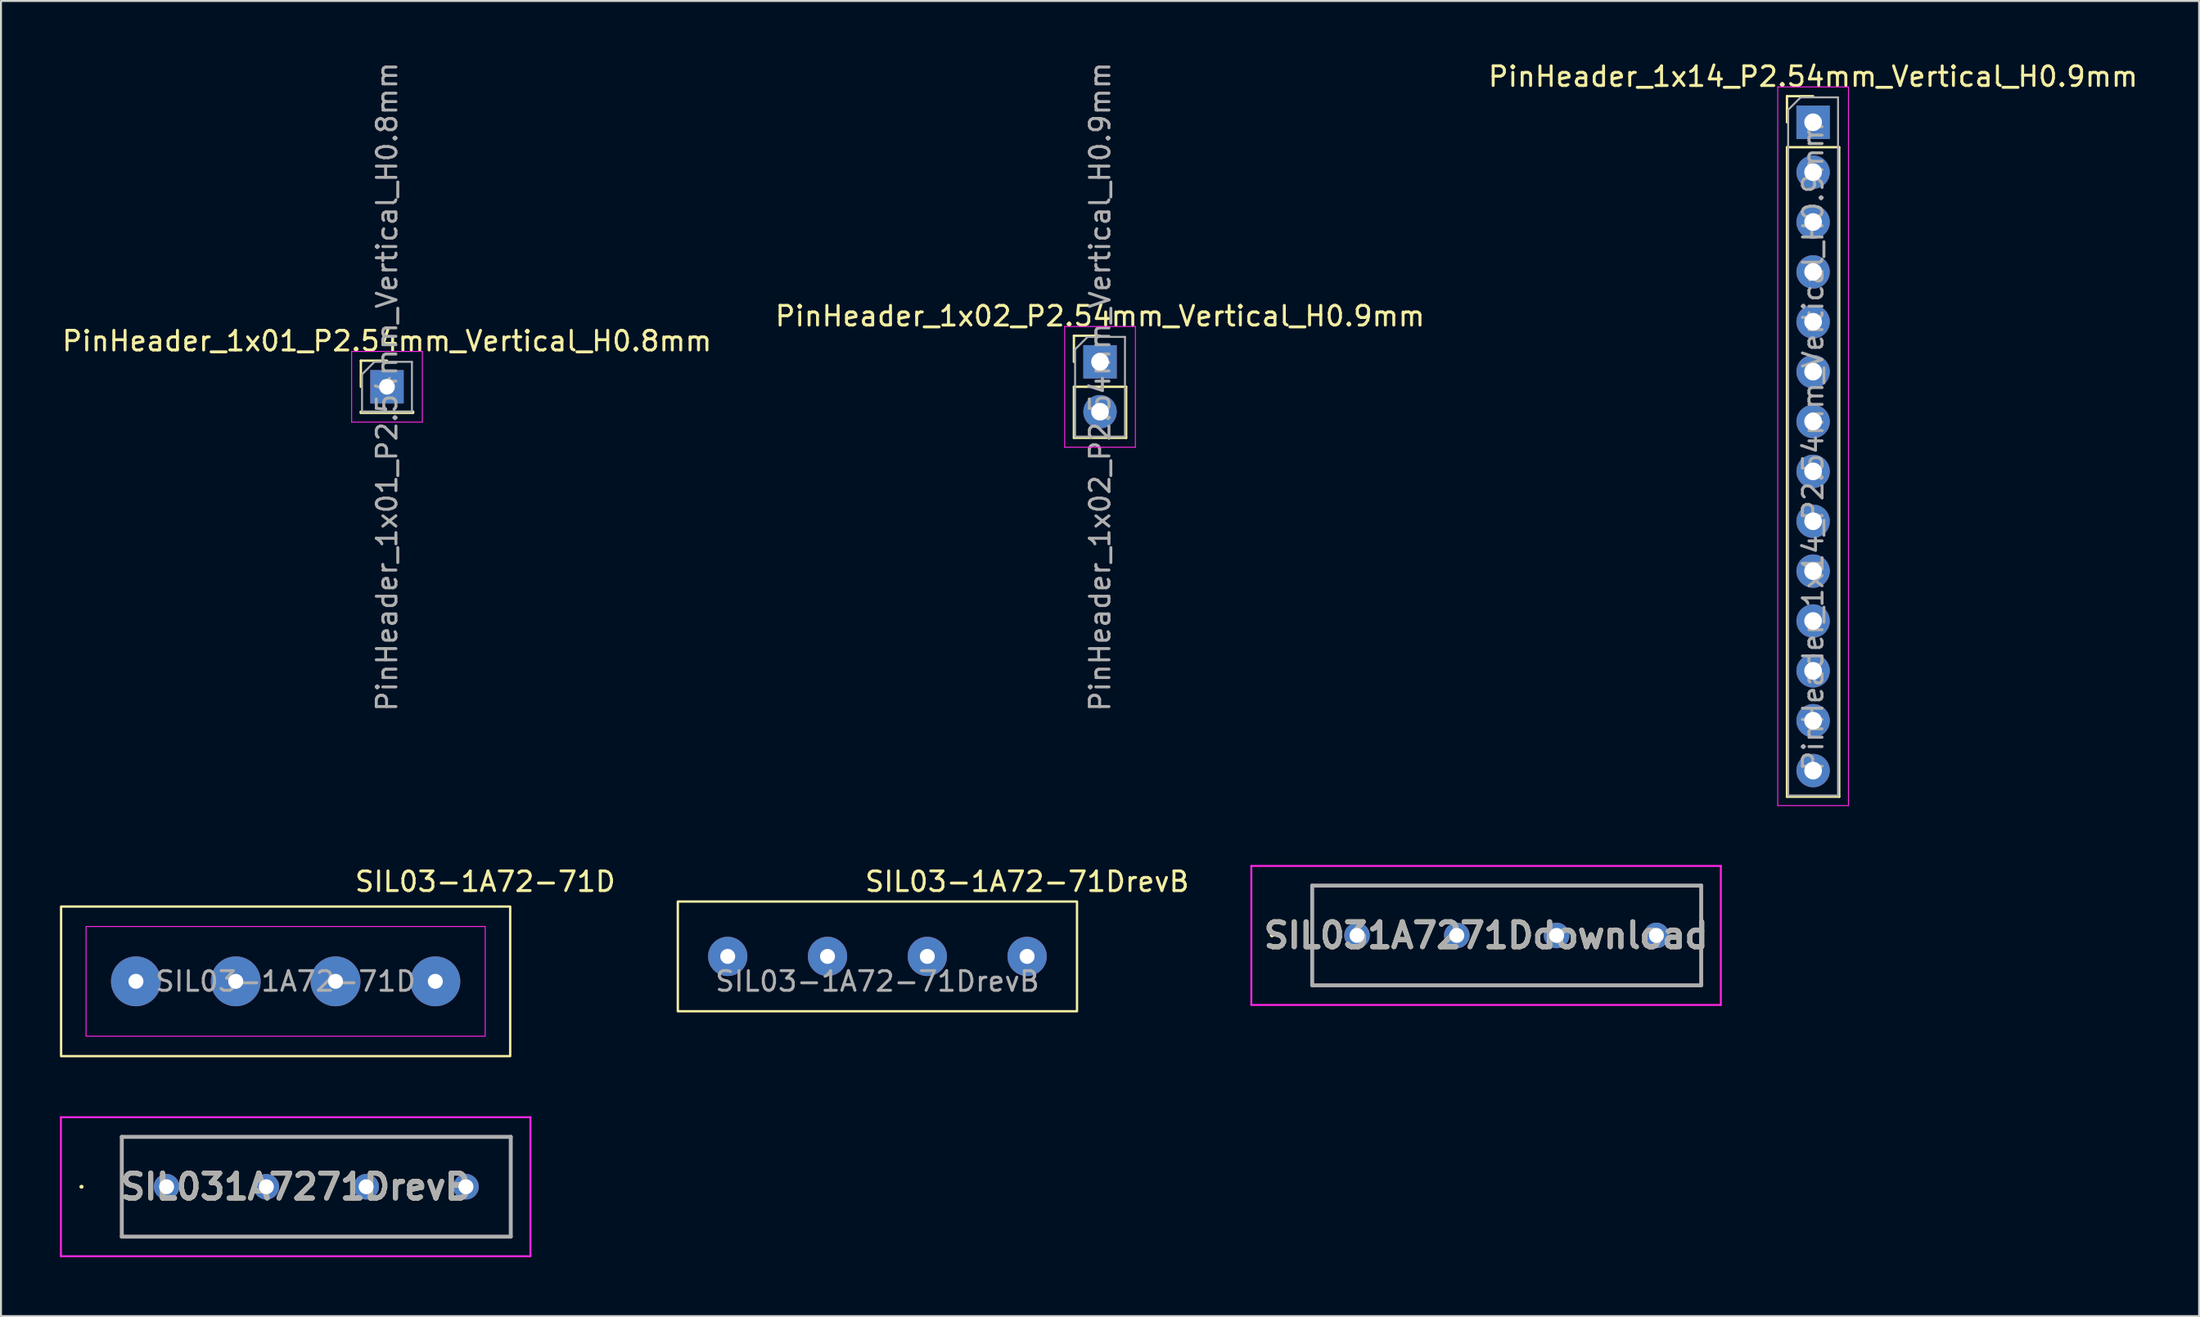
<source format=kicad_pcb>
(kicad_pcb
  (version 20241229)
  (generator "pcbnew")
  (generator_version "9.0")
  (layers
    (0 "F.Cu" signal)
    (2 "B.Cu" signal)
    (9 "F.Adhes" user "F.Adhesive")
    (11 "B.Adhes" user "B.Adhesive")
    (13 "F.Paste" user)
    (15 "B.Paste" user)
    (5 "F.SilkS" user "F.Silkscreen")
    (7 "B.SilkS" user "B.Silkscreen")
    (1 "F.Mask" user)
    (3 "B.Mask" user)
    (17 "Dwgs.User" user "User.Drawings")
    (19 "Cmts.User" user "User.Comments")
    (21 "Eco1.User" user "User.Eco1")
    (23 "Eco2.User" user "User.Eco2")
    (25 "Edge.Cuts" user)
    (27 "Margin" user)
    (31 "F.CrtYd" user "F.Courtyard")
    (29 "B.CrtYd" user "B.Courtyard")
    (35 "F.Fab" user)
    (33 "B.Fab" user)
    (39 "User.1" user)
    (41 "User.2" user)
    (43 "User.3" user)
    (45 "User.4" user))
  (footprint "PinHeader_1x01_P2.54mm_Vertical_H0.8mm"
    (layer "F.Cu")
    (at 16.649 16.649)
    (property "Reference" "PinHeader_1x01_P2.54mm_Vertical_H0.8mm" (at 0 -2.33 0) (layer "F.SilkS") (effects (font (size 1 1) (thickness 0.15))))
    (attr through_hole)
    (fp_line (start -1.33 -1.33) (end 0 -1.33) (stroke (width 0.12) (type solid)) (layer "F.SilkS"))
    (fp_line (start -1.33 0) (end -1.33 -1.33) (stroke (width 0.12) (type solid)) (layer "F.SilkS"))
    (fp_line (start -1.33 1.27) (end -1.33 1.33) (stroke (width 0.12) (type solid)) (layer "F.SilkS"))
    (fp_line (start -1.33 1.27) (end 1.33 1.27) (stroke (width 0.12) (type solid)) (layer "F.SilkS"))
    (fp_line (start -1.33 1.33) (end 1.33 1.33) (stroke (width 0.12) (type solid)) (layer "F.SilkS"))
    (fp_line (start 1.33 1.27) (end 1.33 1.33) (stroke (width 0.12) (type solid)) (layer "F.SilkS"))
    (fp_line (start -1.8 -1.8) (end -1.8 1.8) (stroke (width 0.05) (type solid)) (layer "F.CrtYd"))
    (fp_line (start -1.8 1.8) (end 1.8 1.8) (stroke (width 0.05) (type solid)) (layer "F.CrtYd"))
    (fp_line (start 1.8 -1.8) (end -1.8 -1.8) (stroke (width 0.05) (type solid)) (layer "F.CrtYd"))
    (fp_line (start 1.8 1.8) (end 1.8 -1.8) (stroke (width 0.05) (type solid)) (layer "F.CrtYd"))
    (fp_line (start -1.27 -0.635) (end -0.635 -1.27) (stroke (width 0.1) (type solid)) (layer "F.Fab"))
    (fp_line (start -1.27 1.27) (end -1.27 -0.635) (stroke (width 0.1) (type solid)) (layer "F.Fab"))
    (fp_line (start -0.635 -1.27) (end 1.27 -1.27) (stroke (width 0.1) (type solid)) (layer "F.Fab"))
    (fp_line (start 1.27 -1.27) (end 1.27 1.27) (stroke (width 0.1) (type solid)) (layer "F.Fab"))
    (fp_line (start 1.27 1.27) (end -1.27 1.27) (stroke (width 0.1) (type solid)) (layer "F.Fab"))
    (fp_text user "${REFERENCE}" (at 0 0 90) (layer "F.Fab") (effects (font (size 1 1) (thickness 0.15))))
    (pad "1" thru_hole rect (at 0 0) (size 1.7 1.7) (drill 0.8) (layers "*.Cu" "*.Mask")))
  (footprint "PinHeader_1x02_P2.54mm_Vertical_H0.9mm"
    (layer "F.Cu")
    (at 52.946 15.379)
    (property "Reference" "PinHeader_1x02_P2.54mm_Vertical_H0.9mm" (at 0 -2.33 0) (layer "F.SilkS") (effects (font (size 1 1) (thickness 0.15))))
    (attr through_hole)
    (fp_line (start -1.33 -1.33) (end 0 -1.33) (stroke (width 0.12) (type solid)) (layer "F.SilkS"))
    (fp_line (start -1.33 0) (end -1.33 -1.33) (stroke (width 0.12) (type solid)) (layer "F.SilkS"))
    (fp_line (start -1.33 1.27) (end -1.33 3.87) (stroke (width 0.12) (type solid)) (layer "F.SilkS"))
    (fp_line (start -1.33 1.27) (end 1.33 1.27) (stroke (width 0.12) (type solid)) (layer "F.SilkS"))
    (fp_line (start -1.33 3.87) (end 1.33 3.87) (stroke (width 0.12) (type solid)) (layer "F.SilkS"))
    (fp_line (start 1.33 1.27) (end 1.33 3.87) (stroke (width 0.12) (type solid)) (layer "F.SilkS"))
    (fp_line (start -1.8 -1.8) (end -1.8 4.35) (stroke (width 0.05) (type solid)) (layer "F.CrtYd"))
    (fp_line (start -1.8 4.35) (end 1.8 4.35) (stroke (width 0.05) (type solid)) (layer "F.CrtYd"))
    (fp_line (start 1.8 -1.8) (end -1.8 -1.8) (stroke (width 0.05) (type solid)) (layer "F.CrtYd"))
    (fp_line (start 1.8 4.35) (end 1.8 -1.8) (stroke (width 0.05) (type solid)) (layer "F.CrtYd"))
    (fp_line (start -1.27 -0.635) (end -0.635 -1.27) (stroke (width 0.1) (type solid)) (layer "F.Fab"))
    (fp_line (start -1.27 3.81) (end -1.27 -0.635) (stroke (width 0.1) (type solid)) (layer "F.Fab"))
    (fp_line (start -0.635 -1.27) (end 1.27 -1.27) (stroke (width 0.1) (type solid)) (layer "F.Fab"))
    (fp_line (start 1.27 -1.27) (end 1.27 3.81) (stroke (width 0.1) (type solid)) (layer "F.Fab"))
    (fp_line (start 1.27 3.81) (end -1.27 3.81) (stroke (width 0.1) (type solid)) (layer "F.Fab"))
    (fp_text user "${REFERENCE}" (at 0 1.27 90) (layer "F.Fab") (effects (font (size 1 1) (thickness 0.15))))
    (pad "1" thru_hole rect (at 0 0) (size 1.7 1.7) (drill 0.9) (layers "*.Cu" "*.Mask"))
    (pad "2" thru_hole oval (at 0 2.54) (size 1.7 1.7) (drill 0.9) (layers "*.Cu" "*.Mask")))
  (footprint "PinHeader_1x14_P2.54mm_Vertical_H0.9mm"
    (layer "F.Cu")
    (at 89.244 3.178)
    (property "Reference" "PinHeader_1x14_P2.54mm_Vertical_H0.9mm" (at 0 -2.33 0) (layer "F.SilkS") (effects (font (size 1 1) (thickness 0.15))))
    (attr through_hole)
    (fp_line (start -1.33 -1.33) (end 0 -1.33) (stroke (width 0.12) (type solid)) (layer "F.SilkS"))
    (fp_line (start -1.33 0) (end -1.33 -1.33) (stroke (width 0.12) (type solid)) (layer "F.SilkS"))
    (fp_line (start -1.33 1.27) (end -1.33 34.35) (stroke (width 0.12) (type solid)) (layer "F.SilkS"))
    (fp_line (start -1.33 1.27) (end 1.33 1.27) (stroke (width 0.12) (type solid)) (layer "F.SilkS"))
    (fp_line (start -1.33 34.35) (end 1.33 34.35) (stroke (width 0.12) (type solid)) (layer "F.SilkS"))
    (fp_line (start 1.33 1.27) (end 1.33 34.35) (stroke (width 0.12) (type solid)) (layer "F.SilkS"))
    (fp_line (start -1.8 -1.8) (end -1.8 34.8) (stroke (width 0.05) (type solid)) (layer "F.CrtYd"))
    (fp_line (start -1.8 34.8) (end 1.8 34.8) (stroke (width 0.05) (type solid)) (layer "F.CrtYd"))
    (fp_line (start 1.8 -1.8) (end -1.8 -1.8) (stroke (width 0.05) (type solid)) (layer "F.CrtYd"))
    (fp_line (start 1.8 34.8) (end 1.8 -1.8) (stroke (width 0.05) (type solid)) (layer "F.CrtYd"))
    (fp_line (start -1.27 -0.635) (end -0.635 -1.27) (stroke (width 0.1) (type solid)) (layer "F.Fab"))
    (fp_line (start -1.27 34.29) (end -1.27 -0.635) (stroke (width 0.1) (type solid)) (layer "F.Fab"))
    (fp_line (start -0.635 -1.27) (end 1.27 -1.27) (stroke (width 0.1) (type solid)) (layer "F.Fab"))
    (fp_line (start 1.27 -1.27) (end 1.27 34.29) (stroke (width 0.1) (type solid)) (layer "F.Fab"))
    (fp_line (start 1.27 34.29) (end -1.27 34.29) (stroke (width 0.1) (type solid)) (layer "F.Fab"))
    (fp_text user "${REFERENCE}" (at 0 16.51 90) (layer "F.Fab") (effects (font (size 1 1) (thickness 0.15))))
    (pad "1" thru_hole rect (at 0 0) (size 1.7 1.7) (drill 0.9) (layers "*.Cu" "*.Mask"))
    (pad "2" thru_hole oval (at 0 2.54) (size 1.7 1.7) (drill 0.9) (layers "*.Cu" "*.Mask"))
    (pad "3" thru_hole oval (at 0 5.08) (size 1.7 1.7) (drill 0.9) (layers "*.Cu" "*.Mask"))
    (pad "4" thru_hole oval (at 0 7.62) (size 1.7 1.7) (drill 0.9) (layers "*.Cu" "*.Mask"))
    (pad "5" thru_hole oval (at 0 10.16) (size 1.7 1.7) (drill 0.9) (layers "*.Cu" "*.Mask"))
    (pad "6" thru_hole oval (at 0 12.7) (size 1.7 1.7) (drill 0.9) (layers "*.Cu" "*.Mask"))
    (pad "7" thru_hole oval (at 0 15.24) (size 1.7 1.7) (drill 0.9) (layers "*.Cu" "*.Mask"))
    (pad "8" thru_hole oval (at 0 17.78) (size 1.7 1.7) (drill 0.9) (layers "*.Cu" "*.Mask"))
    (pad "9" thru_hole oval (at 0 20.32) (size 1.7 1.7) (drill 0.9) (layers "*.Cu" "*.Mask"))
    (pad "10" thru_hole oval (at 0 22.86) (size 1.7 1.7) (drill 0.9) (layers "*.Cu" "*.Mask"))
    (pad "11" thru_hole oval (at 0 25.4) (size 1.7 1.7) (drill 0.9) (layers "*.Cu" "*.Mask"))
    (pad "12" thru_hole oval (at 0 27.94) (size 1.7 1.7) (drill 0.9) (layers "*.Cu" "*.Mask"))
    (pad "13" thru_hole oval (at 0 30.48) (size 1.7 1.7) (drill 0.9) (layers "*.Cu" "*.Mask"))
    (pad "14" thru_hole oval (at 0 33.02) (size 1.7 1.7) (drill 0.9) (layers "*.Cu" "*.Mask")))
  (footprint "SIL031A7271DrevB"
    (layer "F.Cu")
    (at 5.43 57.392)
    (property "Reference" "SIL031A7271DrevB" (at 6.57 0 0) (layer "F.SilkS") (effects (font (size 1.27 1.27) (thickness 0.254))))
    (attr through_hole)
    (fp_line (start -4.38 0) (end -4.38 0) (stroke (width 0.1) (type solid)) (layer "F.SilkS"))
    (fp_line (start -4.28 0) (end -4.28 0) (stroke (width 0.1) (type solid)) (layer "F.SilkS"))
    (fp_line (start -2.28 -2.54) (end 17.52 -2.54) (stroke (width 0.1) (type solid)) (layer "F.SilkS"))
    (fp_line (start -2.28 2.54) (end -2.28 -2.54) (stroke (width 0.1) (type solid)) (layer "F.SilkS"))
    (fp_line (start 17.52 -2.54) (end 17.52 2.54) (stroke (width 0.1) (type solid)) (layer "F.SilkS"))
    (fp_line (start 17.52 2.54) (end -2.28 2.54) (stroke (width 0.1) (type solid)) (layer "F.SilkS"))
    (fp_arc (start -4.38 0) (mid -4.33 -0.05) (end -4.28 0) (stroke (width 0.1) (type solid)) (layer "F.SilkS"))
    (fp_arc (start -4.28 0) (mid -4.33 0.05) (end -4.38 0) (stroke (width 0.1) (type solid)) (layer "F.SilkS"))
    (fp_line (start -5.38 -3.54) (end 18.52 -3.54) (stroke (width 0.1) (type solid)) (layer "F.CrtYd"))
    (fp_line (start -5.38 3.54) (end -5.38 -3.54) (stroke (width 0.1) (type solid)) (layer "F.CrtYd"))
    (fp_line (start 18.52 -3.54) (end 18.52 3.54) (stroke (width 0.1) (type solid)) (layer "F.CrtYd"))
    (fp_line (start 18.52 3.54) (end -5.38 3.54) (stroke (width 0.1) (type solid)) (layer "F.CrtYd"))
    (fp_line (start -2.28 -2.54) (end 17.52 -2.54) (stroke (width 0.2) (type solid)) (layer "F.Fab"))
    (fp_line (start -2.28 2.54) (end -2.28 -2.54) (stroke (width 0.2) (type solid)) (layer "F.Fab"))
    (fp_line (start 17.52 -2.54) (end 17.52 2.54) (stroke (width 0.2) (type solid)) (layer "F.Fab"))
    (fp_line (start 17.52 2.54) (end -2.28 2.54) (stroke (width 0.2) (type solid)) (layer "F.Fab"))
    (fp_text user "${REFERENCE}" (at 6.57 0 0) (layer "F.Fab") (effects (font (size 1.27 1.27) (thickness 0.254))))
    (pad "1" thru_hole circle (at 0 0) (size 1.303 1.303) (drill 0.76) (layers "*.Cu" "*.Mask"))
    (pad "3" thru_hole circle (at 5.08 0) (size 1.303 1.303) (drill 0.76) (layers "*.Cu" "*.Mask"))
    (pad "5" thru_hole circle (at 10.16 0) (size 1.303 1.303) (drill 0.76) (layers "*.Cu" "*.Mask"))
    (pad "7" thru_hole circle (at 15.24 0) (size 1.303 1.303) (drill 0.76) (layers "*.Cu" "*.Mask")))
  (footprint "SIL03-1A72-71D"
    (layer "F.Cu")
    (at 11.49 46.931)
    (property "Reference" "SIL03-1A72-71D" (at 10.16 -5.08 0) (unlocked yes) (layer "F.SilkS") (effects (font (size 1 1) (thickness 0.15))))
    (attr through_hole)
    (fp_rect (start -11.43 -3.81) (end 11.43 3.81) (stroke (width 0.12) (type solid)) (fill no) (layer "F.SilkS"))
    (fp_rect (start -10.16 -2.794) (end 10.16 2.794) (stroke (width 0.05) (type solid)) (fill no) (layer "F.CrtYd"))
    (fp_text user "${REFERENCE}" (at 0 0 0) (unlocked yes) (layer "F.Fab") (effects (font (size 1 1) (thickness 0.15))))
    (pad "1" thru_hole circle (at -7.62 0) (size 2.54 2.54) (drill 0.762) (layers "*.Cu" "*.Mask"))
    (pad "3" thru_hole circle (at -2.54 0) (size 2.54 2.54) (drill 0.762) (layers "*.Cu" "*.Mask"))
    (pad "5" thru_hole circle (at 2.54 0) (size 2.54 2.54) (drill 0.762) (layers "*.Cu" "*.Mask"))
    (pad "7" thru_hole circle (at 7.62 0) (size 2.54 2.54) (drill 0.762) (layers "*.Cu" "*.Mask")))
  (footprint "SIL03-1A72-71DrevB"
    (layer "F.Cu")
    (at 41.614 45.661)
    (property "Reference" "SIL03-1A72-71DrevB" (at 7.62 -3.81 0) (unlocked yes) (layer "F.SilkS") (effects (font (size 1 1) (thickness 0.15))))
    (attr through_hole)
    (fp_poly (pts (xy -10.16 -2.794) (xy 10.16 -2.794) (xy 10.16 2.794) (xy -10.16 2.794)) (stroke (width 0.12) (type solid)) (fill no) (layer "F.SilkS"))
    (fp_text user "${REFERENCE}" (at 0 1.27 0) (unlocked yes) (layer "F.Fab") (effects (font (size 1 1) (thickness 0.15))))
    (pad "1" thru_hole circle (at -7.62 0) (size 2 2) (drill 0.762) (layers "*.Cu" "*.Mask"))
    (pad "3" thru_hole circle (at -2.54 0) (size 2 2) (drill 0.762) (layers "*.Cu" "*.Mask"))
    (pad "5" thru_hole circle (at 2.54 0) (size 2 2) (drill 0.762) (layers "*.Cu" "*.Mask"))
    (pad "7" thru_hole circle (at 7.62 0) (size 2 2) (drill 0.762) (layers "*.Cu" "*.Mask")))
  (footprint "SIL031A7271Ddownload"
    (layer "F.Cu")
    (at 66.027 44.593)
    (property "Reference" "SIL031A7271Ddownload" (at 6.57 0 0) (layer "F.SilkS") (effects (font (size 1.27 1.27) (thickness 0.254))))
    (attr through_hole)
    (fp_line (start -4.38 0) (end -4.38 0) (stroke (width 0.1) (type solid)) (layer "F.SilkS"))
    (fp_line (start -4.28 0) (end -4.28 0) (stroke (width 0.1) (type solid)) (layer "F.SilkS"))
    (fp_line (start -2.28 -2.54) (end 17.52 -2.54) (stroke (width 0.1) (type solid)) (layer "F.SilkS"))
    (fp_line (start -2.28 2.54) (end -2.28 -2.54) (stroke (width 0.1) (type solid)) (layer "F.SilkS"))
    (fp_line (start 17.52 -2.54) (end 17.52 2.54) (stroke (width 0.1) (type solid)) (layer "F.SilkS"))
    (fp_line (start 17.52 2.54) (end -2.28 2.54) (stroke (width 0.1) (type solid)) (layer "F.SilkS"))
    (fp_arc (start -4.38 0) (mid -4.33 -0.05) (end -4.28 0) (stroke (width 0.1) (type solid)) (layer "F.SilkS"))
    (fp_arc (start -4.28 0) (mid -4.33 0.05) (end -4.38 0) (stroke (width 0.1) (type solid)) (layer "F.SilkS"))
    (fp_line (start -5.38 -3.54) (end 18.52 -3.54) (stroke (width 0.1) (type solid)) (layer "F.CrtYd"))
    (fp_line (start -5.38 3.54) (end -5.38 -3.54) (stroke (width 0.1) (type solid)) (layer "F.CrtYd"))
    (fp_line (start 18.52 -3.54) (end 18.52 3.54) (stroke (width 0.1) (type solid)) (layer "F.CrtYd"))
    (fp_line (start 18.52 3.54) (end -5.38 3.54) (stroke (width 0.1) (type solid)) (layer "F.CrtYd"))
    (fp_line (start -2.28 -2.54) (end 17.52 -2.54) (stroke (width 0.2) (type solid)) (layer "F.Fab"))
    (fp_line (start -2.28 2.54) (end -2.28 -2.54) (stroke (width 0.2) (type solid)) (layer "F.Fab"))
    (fp_line (start 17.52 -2.54) (end 17.52 2.54) (stroke (width 0.2) (type solid)) (layer "F.Fab"))
    (fp_line (start 17.52 2.54) (end -2.28 2.54) (stroke (width 0.2) (type solid)) (layer "F.Fab"))
    (fp_text user "${REFERENCE}" (at 6.57 0 0) (layer "F.Fab") (effects (font (size 1.27 1.27) (thickness 0.254))))
    (pad "1" thru_hole circle (at 0 0) (size 1.303 1.303) (drill 0.76) (layers "*.Cu" "*.Mask"))
    (pad "3" thru_hole circle (at 5.08 0) (size 1.303 1.303) (drill 0.76) (layers "*.Cu" "*.Mask"))
    (pad "5" thru_hole circle (at 10.16 0) (size 1.303 1.303) (drill 0.76) (layers "*.Cu" "*.Mask"))
    (pad "7" thru_hole circle (at 15.24 0) (size 1.303 1.303) (drill 0.76) (layers "*.Cu" "*.Mask")))
  (gr_rect
    (start -3 -3)
    (end 108.893 63.981)
    (stroke (width 0.1) (type default))
    (fill no)
    (layer "Edge.Cuts")))
</source>
